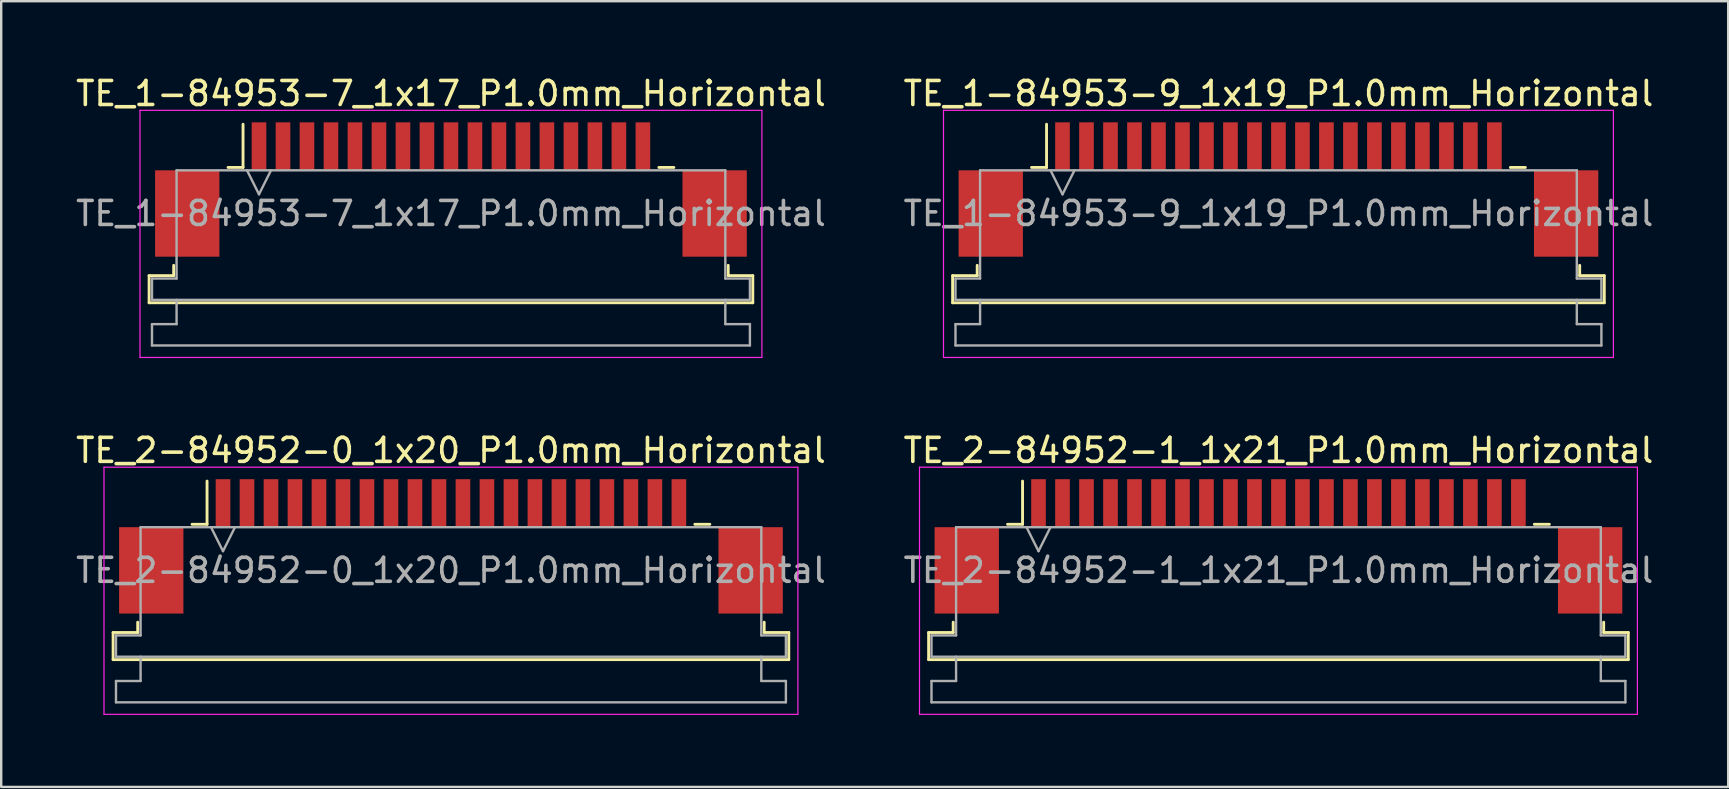
<source format=kicad_pcb>
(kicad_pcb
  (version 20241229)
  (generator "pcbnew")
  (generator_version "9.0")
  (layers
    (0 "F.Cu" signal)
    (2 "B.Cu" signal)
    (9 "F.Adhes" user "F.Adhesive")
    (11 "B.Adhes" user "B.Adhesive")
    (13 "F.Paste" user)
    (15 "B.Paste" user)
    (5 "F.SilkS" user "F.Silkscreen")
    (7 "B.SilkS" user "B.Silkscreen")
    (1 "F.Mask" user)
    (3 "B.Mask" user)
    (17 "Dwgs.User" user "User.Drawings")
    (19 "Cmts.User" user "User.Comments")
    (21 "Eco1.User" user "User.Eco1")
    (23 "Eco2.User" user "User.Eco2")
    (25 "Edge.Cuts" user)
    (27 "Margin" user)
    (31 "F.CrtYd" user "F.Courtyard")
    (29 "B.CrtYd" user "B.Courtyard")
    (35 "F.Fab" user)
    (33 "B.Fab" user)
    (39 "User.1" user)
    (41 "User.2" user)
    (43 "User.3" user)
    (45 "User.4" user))
  (footprint "TE_1-84953-9_1x19_P1.0mm_Horizontal"
    (layer "F.Cu")
    (at 50.232 4.848)
    (property "Reference" "TE_1-84953-9_1x19_P1.0mm_Horizontal" (at 0 -4 0) (layer "F.SilkS") (effects (font (size 1 1) (thickness 0.15))))
    (attr smd)
    (fp_line (start -13.58 3.59) (end -12.555 3.59) (stroke (width 0.12) (type solid)) (layer "F.SilkS"))
    (fp_line (start -13.58 4.72) (end -13.58 3.59) (stroke (width 0.12) (type solid)) (layer "F.SilkS"))
    (fp_line (start -12.555 3.59) (end -12.555 3.16) (stroke (width 0.12) (type solid)) (layer "F.SilkS"))
    (fp_line (start -10.29 -0.92) (end -9.665 -0.92) (stroke (width 0.12) (type solid)) (layer "F.SilkS"))
    (fp_line (start -9.665 -0.92) (end -9.665 -2.72) (stroke (width 0.12) (type solid)) (layer "F.SilkS"))
    (fp_line (start 9.665 -0.92) (end 10.29 -0.92) (stroke (width 0.12) (type solid)) (layer "F.SilkS"))
    (fp_line (start 12.555 3.16) (end 12.555 3.59) (stroke (width 0.12) (type solid)) (layer "F.SilkS"))
    (fp_line (start 12.555 3.59) (end 13.58 3.59) (stroke (width 0.12) (type solid)) (layer "F.SilkS"))
    (fp_line (start 13.58 3.59) (end 13.58 4.72) (stroke (width 0.12) (type solid)) (layer "F.SilkS"))
    (fp_line (start 13.58 4.72) (end -13.58 4.72) (stroke (width 0.12) (type solid)) (layer "F.SilkS"))
    (fp_line (start -13.96 -3.3) (end -13.96 7) (stroke (width 0.05) (type solid)) (layer "F.CrtYd"))
    (fp_line (start -13.96 7) (end 13.96 7) (stroke (width 0.05) (type solid)) (layer "F.CrtYd"))
    (fp_line (start 13.96 -3.3) (end -13.96 -3.3) (stroke (width 0.05) (type solid)) (layer "F.CrtYd"))
    (fp_line (start 13.96 7) (end 13.96 -3.3) (stroke (width 0.05) (type solid)) (layer "F.CrtYd"))
    (fp_line (start -13.46 3.71) (end -12.435 3.71) (stroke (width 0.1) (type solid)) (layer "F.Fab"))
    (fp_line (start -13.46 4.6) (end -13.46 3.71) (stroke (width 0.1) (type solid)) (layer "F.Fab"))
    (fp_line (start -13.46 5.61) (end -12.435 5.61) (stroke (width 0.1) (type solid)) (layer "F.Fab"))
    (fp_line (start -13.46 6.5) (end -13.46 5.61) (stroke (width 0.1) (type solid)) (layer "F.Fab"))
    (fp_line (start -12.435 -0.8) (end 12.435 -0.8) (stroke (width 0.1) (type solid)) (layer "F.Fab"))
    (fp_line (start -12.435 3.71) (end -12.435 -0.8) (stroke (width 0.1) (type solid)) (layer "F.Fab"))
    (fp_line (start -12.435 5.61) (end -12.435 4.6) (stroke (width 0.1) (type solid)) (layer "F.Fab"))
    (fp_line (start -9.5 -0.8) (end -9 0.2) (stroke (width 0.1) (type solid)) (layer "F.Fab"))
    (fp_line (start -9 0.2) (end -8.5 -0.8) (stroke (width 0.1) (type solid)) (layer "F.Fab"))
    (fp_line (start 12.435 -0.8) (end 12.435 3.71) (stroke (width 0.1) (type solid)) (layer "F.Fab"))
    (fp_line (start 12.435 3.71) (end 13.46 3.71) (stroke (width 0.1) (type solid)) (layer "F.Fab"))
    (fp_line (start 12.435 4.6) (end 12.435 5.61) (stroke (width 0.1) (type solid)) (layer "F.Fab"))
    (fp_line (start 12.435 5.61) (end 13.46 5.61) (stroke (width 0.1) (type solid)) (layer "F.Fab"))
    (fp_line (start 13.46 3.71) (end 13.46 4.6) (stroke (width 0.1) (type solid)) (layer "F.Fab"))
    (fp_line (start 13.46 4.6) (end -13.46 4.6) (stroke (width 0.1) (type solid)) (layer "F.Fab"))
    (fp_line (start 13.46 5.61) (end 13.46 6.5) (stroke (width 0.1) (type solid)) (layer "F.Fab"))
    (fp_line (start 13.46 6.5) (end -13.46 6.5) (stroke (width 0.1) (type solid)) (layer "F.Fab"))
    (fp_text user "${REFERENCE}" (at 0 1 0) (layer "F.Fab") (effects (font (size 1 1) (thickness 0.15))))
    (pad "" smd rect (at -11.99 1) (size 2.68 3.6) (layers "F.Cu" "F.Mask" "F.Paste"))
    (pad "" smd rect (at 11.99 1) (size 2.68 3.6) (layers "F.Cu" "F.Mask" "F.Paste"))
    (pad "1" smd rect (at -9 -1.8) (size 0.61 2) (layers "F.Cu" "F.Mask" "F.Paste"))
    (pad "2" smd rect (at -8 -1.8) (size 0.61 2) (layers "F.Cu" "F.Mask" "F.Paste"))
    (pad "3" smd rect (at -7 -1.8) (size 0.61 2) (layers "F.Cu" "F.Mask" "F.Paste"))
    (pad "4" smd rect (at -6 -1.8) (size 0.61 2) (layers "F.Cu" "F.Mask" "F.Paste"))
    (pad "5" smd rect (at -5 -1.8) (size 0.61 2) (layers "F.Cu" "F.Mask" "F.Paste"))
    (pad "6" smd rect (at -4 -1.8) (size 0.61 2) (layers "F.Cu" "F.Mask" "F.Paste"))
    (pad "7" smd rect (at -3 -1.8) (size 0.61 2) (layers "F.Cu" "F.Mask" "F.Paste"))
    (pad "8" smd rect (at -2 -1.8) (size 0.61 2) (layers "F.Cu" "F.Mask" "F.Paste"))
    (pad "9" smd rect (at -1 -1.8) (size 0.61 2) (layers "F.Cu" "F.Mask" "F.Paste"))
    (pad "10" smd rect (at 0 -1.8) (size 0.61 2) (layers "F.Cu" "F.Mask" "F.Paste"))
    (pad "11" smd rect (at 1 -1.8) (size 0.61 2) (layers "F.Cu" "F.Mask" "F.Paste"))
    (pad "12" smd rect (at 2 -1.8) (size 0.61 2) (layers "F.Cu" "F.Mask" "F.Paste"))
    (pad "13" smd rect (at 3 -1.8) (size 0.61 2) (layers "F.Cu" "F.Mask" "F.Paste"))
    (pad "14" smd rect (at 4 -1.8) (size 0.61 2) (layers "F.Cu" "F.Mask" "F.Paste"))
    (pad "15" smd rect (at 5 -1.8) (size 0.61 2) (layers "F.Cu" "F.Mask" "F.Paste"))
    (pad "16" smd rect (at 6 -1.8) (size 0.61 2) (layers "F.Cu" "F.Mask" "F.Paste"))
    (pad "17" smd rect (at 7 -1.8) (size 0.61 2) (layers "F.Cu" "F.Mask" "F.Paste"))
    (pad "18" smd rect (at 8 -1.8) (size 0.61 2) (layers "F.Cu" "F.Mask" "F.Paste"))
    (pad "19" smd rect (at 9 -1.8) (size 0.61 2) (layers "F.Cu" "F.Mask" "F.Paste")))
  (footprint "TE_2-84952-1_1x21_P1.0mm_Horizontal"
    (layer "F.Cu")
    (at 50.232 19.721)
    (property "Reference" "TE_2-84952-1_1x21_P1.0mm_Horizontal" (at 0 -4 0) (layer "F.SilkS") (effects (font (size 1 1) (thickness 0.15))))
    (attr smd)
    (fp_line (start -14.58 3.59) (end -13.555 3.59) (stroke (width 0.12) (type solid)) (layer "F.SilkS"))
    (fp_line (start -14.58 4.72) (end -14.58 3.59) (stroke (width 0.12) (type solid)) (layer "F.SilkS"))
    (fp_line (start -13.555 3.59) (end -13.555 3.16) (stroke (width 0.12) (type solid)) (layer "F.SilkS"))
    (fp_line (start -11.29 -0.92) (end -10.665 -0.92) (stroke (width 0.12) (type solid)) (layer "F.SilkS"))
    (fp_line (start -10.665 -0.92) (end -10.665 -2.72) (stroke (width 0.12) (type solid)) (layer "F.SilkS"))
    (fp_line (start 10.665 -0.92) (end 11.29 -0.92) (stroke (width 0.12) (type solid)) (layer "F.SilkS"))
    (fp_line (start 13.555 3.16) (end 13.555 3.59) (stroke (width 0.12) (type solid)) (layer "F.SilkS"))
    (fp_line (start 13.555 3.59) (end 14.58 3.59) (stroke (width 0.12) (type solid)) (layer "F.SilkS"))
    (fp_line (start 14.58 3.59) (end 14.58 4.72) (stroke (width 0.12) (type solid)) (layer "F.SilkS"))
    (fp_line (start 14.58 4.72) (end -14.58 4.72) (stroke (width 0.12) (type solid)) (layer "F.SilkS"))
    (fp_line (start -14.96 -3.3) (end -14.96 7) (stroke (width 0.05) (type solid)) (layer "F.CrtYd"))
    (fp_line (start -14.96 7) (end 14.96 7) (stroke (width 0.05) (type solid)) (layer "F.CrtYd"))
    (fp_line (start 14.96 -3.3) (end -14.96 -3.3) (stroke (width 0.05) (type solid)) (layer "F.CrtYd"))
    (fp_line (start 14.96 7) (end 14.96 -3.3) (stroke (width 0.05) (type solid)) (layer "F.CrtYd"))
    (fp_line (start -14.46 3.71) (end -13.435 3.71) (stroke (width 0.1) (type solid)) (layer "F.Fab"))
    (fp_line (start -14.46 4.6) (end -14.46 3.71) (stroke (width 0.1) (type solid)) (layer "F.Fab"))
    (fp_line (start -14.46 5.61) (end -13.435 5.61) (stroke (width 0.1) (type solid)) (layer "F.Fab"))
    (fp_line (start -14.46 6.5) (end -14.46 5.61) (stroke (width 0.1) (type solid)) (layer "F.Fab"))
    (fp_line (start -13.435 -0.8) (end 13.435 -0.8) (stroke (width 0.1) (type solid)) (layer "F.Fab"))
    (fp_line (start -13.435 3.71) (end -13.435 -0.8) (stroke (width 0.1) (type solid)) (layer "F.Fab"))
    (fp_line (start -13.435 5.61) (end -13.435 4.6) (stroke (width 0.1) (type solid)) (layer "F.Fab"))
    (fp_line (start -10.5 -0.8) (end -10 0.2) (stroke (width 0.1) (type solid)) (layer "F.Fab"))
    (fp_line (start -10 0.2) (end -9.5 -0.8) (stroke (width 0.1) (type solid)) (layer "F.Fab"))
    (fp_line (start 13.435 -0.8) (end 13.435 3.71) (stroke (width 0.1) (type solid)) (layer "F.Fab"))
    (fp_line (start 13.435 3.71) (end 14.46 3.71) (stroke (width 0.1) (type solid)) (layer "F.Fab"))
    (fp_line (start 13.435 4.6) (end 13.435 5.61) (stroke (width 0.1) (type solid)) (layer "F.Fab"))
    (fp_line (start 13.435 5.61) (end 14.46 5.61) (stroke (width 0.1) (type solid)) (layer "F.Fab"))
    (fp_line (start 14.46 3.71) (end 14.46 4.6) (stroke (width 0.1) (type solid)) (layer "F.Fab"))
    (fp_line (start 14.46 4.6) (end -14.46 4.6) (stroke (width 0.1) (type solid)) (layer "F.Fab"))
    (fp_line (start 14.46 5.61) (end 14.46 6.5) (stroke (width 0.1) (type solid)) (layer "F.Fab"))
    (fp_line (start 14.46 6.5) (end -14.46 6.5) (stroke (width 0.1) (type solid)) (layer "F.Fab"))
    (fp_text user "${REFERENCE}" (at 0 1 0) (layer "F.Fab") (effects (font (size 1 1) (thickness 0.15))))
    (pad "" smd rect (at -12.99 1) (size 2.68 3.6) (layers "F.Cu" "F.Mask" "F.Paste"))
    (pad "" smd rect (at 12.99 1) (size 2.68 3.6) (layers "F.Cu" "F.Mask" "F.Paste"))
    (pad "1" smd rect (at -10 -1.8) (size 0.61 2) (layers "F.Cu" "F.Mask" "F.Paste"))
    (pad "2" smd rect (at -9 -1.8) (size 0.61 2) (layers "F.Cu" "F.Mask" "F.Paste"))
    (pad "3" smd rect (at -8 -1.8) (size 0.61 2) (layers "F.Cu" "F.Mask" "F.Paste"))
    (pad "4" smd rect (at -7 -1.8) (size 0.61 2) (layers "F.Cu" "F.Mask" "F.Paste"))
    (pad "5" smd rect (at -6 -1.8) (size 0.61 2) (layers "F.Cu" "F.Mask" "F.Paste"))
    (pad "6" smd rect (at -5 -1.8) (size 0.61 2) (layers "F.Cu" "F.Mask" "F.Paste"))
    (pad "7" smd rect (at -4 -1.8) (size 0.61 2) (layers "F.Cu" "F.Mask" "F.Paste"))
    (pad "8" smd rect (at -3 -1.8) (size 0.61 2) (layers "F.Cu" "F.Mask" "F.Paste"))
    (pad "9" smd rect (at -2 -1.8) (size 0.61 2) (layers "F.Cu" "F.Mask" "F.Paste"))
    (pad "10" smd rect (at -1 -1.8) (size 0.61 2) (layers "F.Cu" "F.Mask" "F.Paste"))
    (pad "11" smd rect (at 0 -1.8) (size 0.61 2) (layers "F.Cu" "F.Mask" "F.Paste"))
    (pad "12" smd rect (at 1 -1.8) (size 0.61 2) (layers "F.Cu" "F.Mask" "F.Paste"))
    (pad "13" smd rect (at 2 -1.8) (size 0.61 2) (layers "F.Cu" "F.Mask" "F.Paste"))
    (pad "14" smd rect (at 3 -1.8) (size 0.61 2) (layers "F.Cu" "F.Mask" "F.Paste"))
    (pad "15" smd rect (at 4 -1.8) (size 0.61 2) (layers "F.Cu" "F.Mask" "F.Paste"))
    (pad "16" smd rect (at 5 -1.8) (size 0.61 2) (layers "F.Cu" "F.Mask" "F.Paste"))
    (pad "17" smd rect (at 6 -1.8) (size 0.61 2) (layers "F.Cu" "F.Mask" "F.Paste"))
    (pad "18" smd rect (at 7 -1.8) (size 0.61 2) (layers "F.Cu" "F.Mask" "F.Paste"))
    (pad "19" smd rect (at 8 -1.8) (size 0.61 2) (layers "F.Cu" "F.Mask" "F.Paste"))
    (pad "20" smd rect (at 9 -1.8) (size 0.61 2) (layers "F.Cu" "F.Mask" "F.Paste"))
    (pad "21" smd rect (at 10 -1.8) (size 0.61 2) (layers "F.Cu" "F.Mask" "F.Paste")))
  (footprint "TE_1-84953-7_1x17_P1.0mm_Horizontal"
    (layer "F.Cu")
    (at 15.744 4.848)
    (property "Reference" "TE_1-84953-7_1x17_P1.0mm_Horizontal" (at 0 -4 0) (layer "F.SilkS") (effects (font (size 1 1) (thickness 0.15))))
    (attr smd)
    (fp_line (start -12.58 3.59) (end -11.555 3.59) (stroke (width 0.12) (type solid)) (layer "F.SilkS"))
    (fp_line (start -12.58 4.72) (end -12.58 3.59) (stroke (width 0.12) (type solid)) (layer "F.SilkS"))
    (fp_line (start -11.555 3.59) (end -11.555 3.16) (stroke (width 0.12) (type solid)) (layer "F.SilkS"))
    (fp_line (start -9.29 -0.92) (end -8.665 -0.92) (stroke (width 0.12) (type solid)) (layer "F.SilkS"))
    (fp_line (start -8.665 -0.92) (end -8.665 -2.72) (stroke (width 0.12) (type solid)) (layer "F.SilkS"))
    (fp_line (start 8.665 -0.92) (end 9.29 -0.92) (stroke (width 0.12) (type solid)) (layer "F.SilkS"))
    (fp_line (start 11.555 3.16) (end 11.555 3.59) (stroke (width 0.12) (type solid)) (layer "F.SilkS"))
    (fp_line (start 11.555 3.59) (end 12.58 3.59) (stroke (width 0.12) (type solid)) (layer "F.SilkS"))
    (fp_line (start 12.58 3.59) (end 12.58 4.72) (stroke (width 0.12) (type solid)) (layer "F.SilkS"))
    (fp_line (start 12.58 4.72) (end -12.58 4.72) (stroke (width 0.12) (type solid)) (layer "F.SilkS"))
    (fp_line (start -12.96 -3.3) (end -12.96 7) (stroke (width 0.05) (type solid)) (layer "F.CrtYd"))
    (fp_line (start -12.96 7) (end 12.96 7) (stroke (width 0.05) (type solid)) (layer "F.CrtYd"))
    (fp_line (start 12.96 -3.3) (end -12.96 -3.3) (stroke (width 0.05) (type solid)) (layer "F.CrtYd"))
    (fp_line (start 12.96 7) (end 12.96 -3.3) (stroke (width 0.05) (type solid)) (layer "F.CrtYd"))
    (fp_line (start -12.46 3.71) (end -11.435 3.71) (stroke (width 0.1) (type solid)) (layer "F.Fab"))
    (fp_line (start -12.46 4.6) (end -12.46 3.71) (stroke (width 0.1) (type solid)) (layer "F.Fab"))
    (fp_line (start -12.46 5.61) (end -11.435 5.61) (stroke (width 0.1) (type solid)) (layer "F.Fab"))
    (fp_line (start -12.46 6.5) (end -12.46 5.61) (stroke (width 0.1) (type solid)) (layer "F.Fab"))
    (fp_line (start -11.435 -0.8) (end 11.435 -0.8) (stroke (width 0.1) (type solid)) (layer "F.Fab"))
    (fp_line (start -11.435 3.71) (end -11.435 -0.8) (stroke (width 0.1) (type solid)) (layer "F.Fab"))
    (fp_line (start -11.435 5.61) (end -11.435 4.6) (stroke (width 0.1) (type solid)) (layer "F.Fab"))
    (fp_line (start -8.5 -0.8) (end -8 0.2) (stroke (width 0.1) (type solid)) (layer "F.Fab"))
    (fp_line (start -8 0.2) (end -7.5 -0.8) (stroke (width 0.1) (type solid)) (layer "F.Fab"))
    (fp_line (start 11.435 -0.8) (end 11.435 3.71) (stroke (width 0.1) (type solid)) (layer "F.Fab"))
    (fp_line (start 11.435 3.71) (end 12.46 3.71) (stroke (width 0.1) (type solid)) (layer "F.Fab"))
    (fp_line (start 11.435 4.6) (end 11.435 5.61) (stroke (width 0.1) (type solid)) (layer "F.Fab"))
    (fp_line (start 11.435 5.61) (end 12.46 5.61) (stroke (width 0.1) (type solid)) (layer "F.Fab"))
    (fp_line (start 12.46 3.71) (end 12.46 4.6) (stroke (width 0.1) (type solid)) (layer "F.Fab"))
    (fp_line (start 12.46 4.6) (end -12.46 4.6) (stroke (width 0.1) (type solid)) (layer "F.Fab"))
    (fp_line (start 12.46 5.61) (end 12.46 6.5) (stroke (width 0.1) (type solid)) (layer "F.Fab"))
    (fp_line (start 12.46 6.5) (end -12.46 6.5) (stroke (width 0.1) (type solid)) (layer "F.Fab"))
    (fp_text user "${REFERENCE}" (at 0 1 0) (layer "F.Fab") (effects (font (size 1 1) (thickness 0.15))))
    (pad "" smd rect (at -10.99 1) (size 2.68 3.6) (layers "F.Cu" "F.Mask" "F.Paste"))
    (pad "" smd rect (at 10.99 1) (size 2.68 3.6) (layers "F.Cu" "F.Mask" "F.Paste"))
    (pad "1" smd rect (at -8 -1.8) (size 0.61 2) (layers "F.Cu" "F.Mask" "F.Paste"))
    (pad "2" smd rect (at -7 -1.8) (size 0.61 2) (layers "F.Cu" "F.Mask" "F.Paste"))
    (pad "3" smd rect (at -6 -1.8) (size 0.61 2) (layers "F.Cu" "F.Mask" "F.Paste"))
    (pad "4" smd rect (at -5 -1.8) (size 0.61 2) (layers "F.Cu" "F.Mask" "F.Paste"))
    (pad "5" smd rect (at -4 -1.8) (size 0.61 2) (layers "F.Cu" "F.Mask" "F.Paste"))
    (pad "6" smd rect (at -3 -1.8) (size 0.61 2) (layers "F.Cu" "F.Mask" "F.Paste"))
    (pad "7" smd rect (at -2 -1.8) (size 0.61 2) (layers "F.Cu" "F.Mask" "F.Paste"))
    (pad "8" smd rect (at -1 -1.8) (size 0.61 2) (layers "F.Cu" "F.Mask" "F.Paste"))
    (pad "9" smd rect (at 0 -1.8) (size 0.61 2) (layers "F.Cu" "F.Mask" "F.Paste"))
    (pad "10" smd rect (at 1 -1.8) (size 0.61 2) (layers "F.Cu" "F.Mask" "F.Paste"))
    (pad "11" smd rect (at 2 -1.8) (size 0.61 2) (layers "F.Cu" "F.Mask" "F.Paste"))
    (pad "12" smd rect (at 3 -1.8) (size 0.61 2) (layers "F.Cu" "F.Mask" "F.Paste"))
    (pad "13" smd rect (at 4 -1.8) (size 0.61 2) (layers "F.Cu" "F.Mask" "F.Paste"))
    (pad "14" smd rect (at 5 -1.8) (size 0.61 2) (layers "F.Cu" "F.Mask" "F.Paste"))
    (pad "15" smd rect (at 6 -1.8) (size 0.61 2) (layers "F.Cu" "F.Mask" "F.Paste"))
    (pad "16" smd rect (at 7 -1.8) (size 0.61 2) (layers "F.Cu" "F.Mask" "F.Paste"))
    (pad "17" smd rect (at 8 -1.8) (size 0.61 2) (layers "F.Cu" "F.Mask" "F.Paste")))
  (footprint "TE_2-84952-0_1x20_P1.0mm_Horizontal"
    (layer "F.Cu")
    (at 15.744 19.721)
    (property "Reference" "TE_2-84952-0_1x20_P1.0mm_Horizontal" (at 0 -4 0) (layer "F.SilkS") (effects (font (size 1 1) (thickness 0.15))))
    (attr smd)
    (fp_line (start -14.08 3.59) (end -13.055 3.59) (stroke (width 0.12) (type solid)) (layer "F.SilkS"))
    (fp_line (start -14.08 4.72) (end -14.08 3.59) (stroke (width 0.12) (type solid)) (layer "F.SilkS"))
    (fp_line (start -13.055 3.59) (end -13.055 3.16) (stroke (width 0.12) (type solid)) (layer "F.SilkS"))
    (fp_line (start -10.79 -0.92) (end -10.165 -0.92) (stroke (width 0.12) (type solid)) (layer "F.SilkS"))
    (fp_line (start -10.165 -0.92) (end -10.165 -2.72) (stroke (width 0.12) (type solid)) (layer "F.SilkS"))
    (fp_line (start 10.165 -0.92) (end 10.79 -0.92) (stroke (width 0.12) (type solid)) (layer "F.SilkS"))
    (fp_line (start 13.055 3.16) (end 13.055 3.59) (stroke (width 0.12) (type solid)) (layer "F.SilkS"))
    (fp_line (start 13.055 3.59) (end 14.08 3.59) (stroke (width 0.12) (type solid)) (layer "F.SilkS"))
    (fp_line (start 14.08 3.59) (end 14.08 4.72) (stroke (width 0.12) (type solid)) (layer "F.SilkS"))
    (fp_line (start 14.08 4.72) (end -14.08 4.72) (stroke (width 0.12) (type solid)) (layer "F.SilkS"))
    (fp_line (start -14.46 -3.3) (end -14.46 7) (stroke (width 0.05) (type solid)) (layer "F.CrtYd"))
    (fp_line (start -14.46 7) (end 14.46 7) (stroke (width 0.05) (type solid)) (layer "F.CrtYd"))
    (fp_line (start 14.46 -3.3) (end -14.46 -3.3) (stroke (width 0.05) (type solid)) (layer "F.CrtYd"))
    (fp_line (start 14.46 7) (end 14.46 -3.3) (stroke (width 0.05) (type solid)) (layer "F.CrtYd"))
    (fp_line (start -13.96 3.71) (end -12.935 3.71) (stroke (width 0.1) (type solid)) (layer "F.Fab"))
    (fp_line (start -13.96 4.6) (end -13.96 3.71) (stroke (width 0.1) (type solid)) (layer "F.Fab"))
    (fp_line (start -13.96 5.61) (end -12.935 5.61) (stroke (width 0.1) (type solid)) (layer "F.Fab"))
    (fp_line (start -13.96 6.5) (end -13.96 5.61) (stroke (width 0.1) (type solid)) (layer "F.Fab"))
    (fp_line (start -12.935 -0.8) (end 12.935 -0.8) (stroke (width 0.1) (type solid)) (layer "F.Fab"))
    (fp_line (start -12.935 3.71) (end -12.935 -0.8) (stroke (width 0.1) (type solid)) (layer "F.Fab"))
    (fp_line (start -12.935 5.61) (end -12.935 4.6) (stroke (width 0.1) (type solid)) (layer "F.Fab"))
    (fp_line (start -10 -0.8) (end -9.5 0.2) (stroke (width 0.1) (type solid)) (layer "F.Fab"))
    (fp_line (start -9.5 0.2) (end -9 -0.8) (stroke (width 0.1) (type solid)) (layer "F.Fab"))
    (fp_line (start 12.935 -0.8) (end 12.935 3.71) (stroke (width 0.1) (type solid)) (layer "F.Fab"))
    (fp_line (start 12.935 3.71) (end 13.96 3.71) (stroke (width 0.1) (type solid)) (layer "F.Fab"))
    (fp_line (start 12.935 4.6) (end 12.935 5.61) (stroke (width 0.1) (type solid)) (layer "F.Fab"))
    (fp_line (start 12.935 5.61) (end 13.96 5.61) (stroke (width 0.1) (type solid)) (layer "F.Fab"))
    (fp_line (start 13.96 3.71) (end 13.96 4.6) (stroke (width 0.1) (type solid)) (layer "F.Fab"))
    (fp_line (start 13.96 4.6) (end -13.96 4.6) (stroke (width 0.1) (type solid)) (layer "F.Fab"))
    (fp_line (start 13.96 5.61) (end 13.96 6.5) (stroke (width 0.1) (type solid)) (layer "F.Fab"))
    (fp_line (start 13.96 6.5) (end -13.96 6.5) (stroke (width 0.1) (type solid)) (layer "F.Fab"))
    (fp_text user "${REFERENCE}" (at 0 1 0) (layer "F.Fab") (effects (font (size 1 1) (thickness 0.15))))
    (pad "" smd rect (at -12.49 1) (size 2.68 3.6) (layers "F.Cu" "F.Mask" "F.Paste"))
    (pad "" smd rect (at 12.49 1) (size 2.68 3.6) (layers "F.Cu" "F.Mask" "F.Paste"))
    (pad "1" smd rect (at -9.5 -1.8) (size 0.61 2) (layers "F.Cu" "F.Mask" "F.Paste"))
    (pad "2" smd rect (at -8.5 -1.8) (size 0.61 2) (layers "F.Cu" "F.Mask" "F.Paste"))
    (pad "3" smd rect (at -7.5 -1.8) (size 0.61 2) (layers "F.Cu" "F.Mask" "F.Paste"))
    (pad "4" smd rect (at -6.5 -1.8) (size 0.61 2) (layers "F.Cu" "F.Mask" "F.Paste"))
    (pad "5" smd rect (at -5.5 -1.8) (size 0.61 2) (layers "F.Cu" "F.Mask" "F.Paste"))
    (pad "6" smd rect (at -4.5 -1.8) (size 0.61 2) (layers "F.Cu" "F.Mask" "F.Paste"))
    (pad "7" smd rect (at -3.5 -1.8) (size 0.61 2) (layers "F.Cu" "F.Mask" "F.Paste"))
    (pad "8" smd rect (at -2.5 -1.8) (size 0.61 2) (layers "F.Cu" "F.Mask" "F.Paste"))
    (pad "9" smd rect (at -1.5 -1.8) (size 0.61 2) (layers "F.Cu" "F.Mask" "F.Paste"))
    (pad "10" smd rect (at -0.5 -1.8) (size 0.61 2) (layers "F.Cu" "F.Mask" "F.Paste"))
    (pad "11" smd rect (at 0.5 -1.8) (size 0.61 2) (layers "F.Cu" "F.Mask" "F.Paste"))
    (pad "12" smd rect (at 1.5 -1.8) (size 0.61 2) (layers "F.Cu" "F.Mask" "F.Paste"))
    (pad "13" smd rect (at 2.5 -1.8) (size 0.61 2) (layers "F.Cu" "F.Mask" "F.Paste"))
    (pad "14" smd rect (at 3.5 -1.8) (size 0.61 2) (layers "F.Cu" "F.Mask" "F.Paste"))
    (pad "15" smd rect (at 4.5 -1.8) (size 0.61 2) (layers "F.Cu" "F.Mask" "F.Paste"))
    (pad "16" smd rect (at 5.5 -1.8) (size 0.61 2) (layers "F.Cu" "F.Mask" "F.Paste"))
    (pad "17" smd rect (at 6.5 -1.8) (size 0.61 2) (layers "F.Cu" "F.Mask" "F.Paste"))
    (pad "18" smd rect (at 7.5 -1.8) (size 0.61 2) (layers "F.Cu" "F.Mask" "F.Paste"))
    (pad "19" smd rect (at 8.5 -1.8) (size 0.61 2) (layers "F.Cu" "F.Mask" "F.Paste"))
    (pad "20" smd rect (at 9.5 -1.8) (size 0.61 2) (layers "F.Cu" "F.Mask" "F.Paste")))
  (gr_rect
    (start -3 -3)
    (end 68.976 29.747)
    (stroke (width 0.1) (type default))
    (fill no)
    (layer "Edge.Cuts")))
</source>
